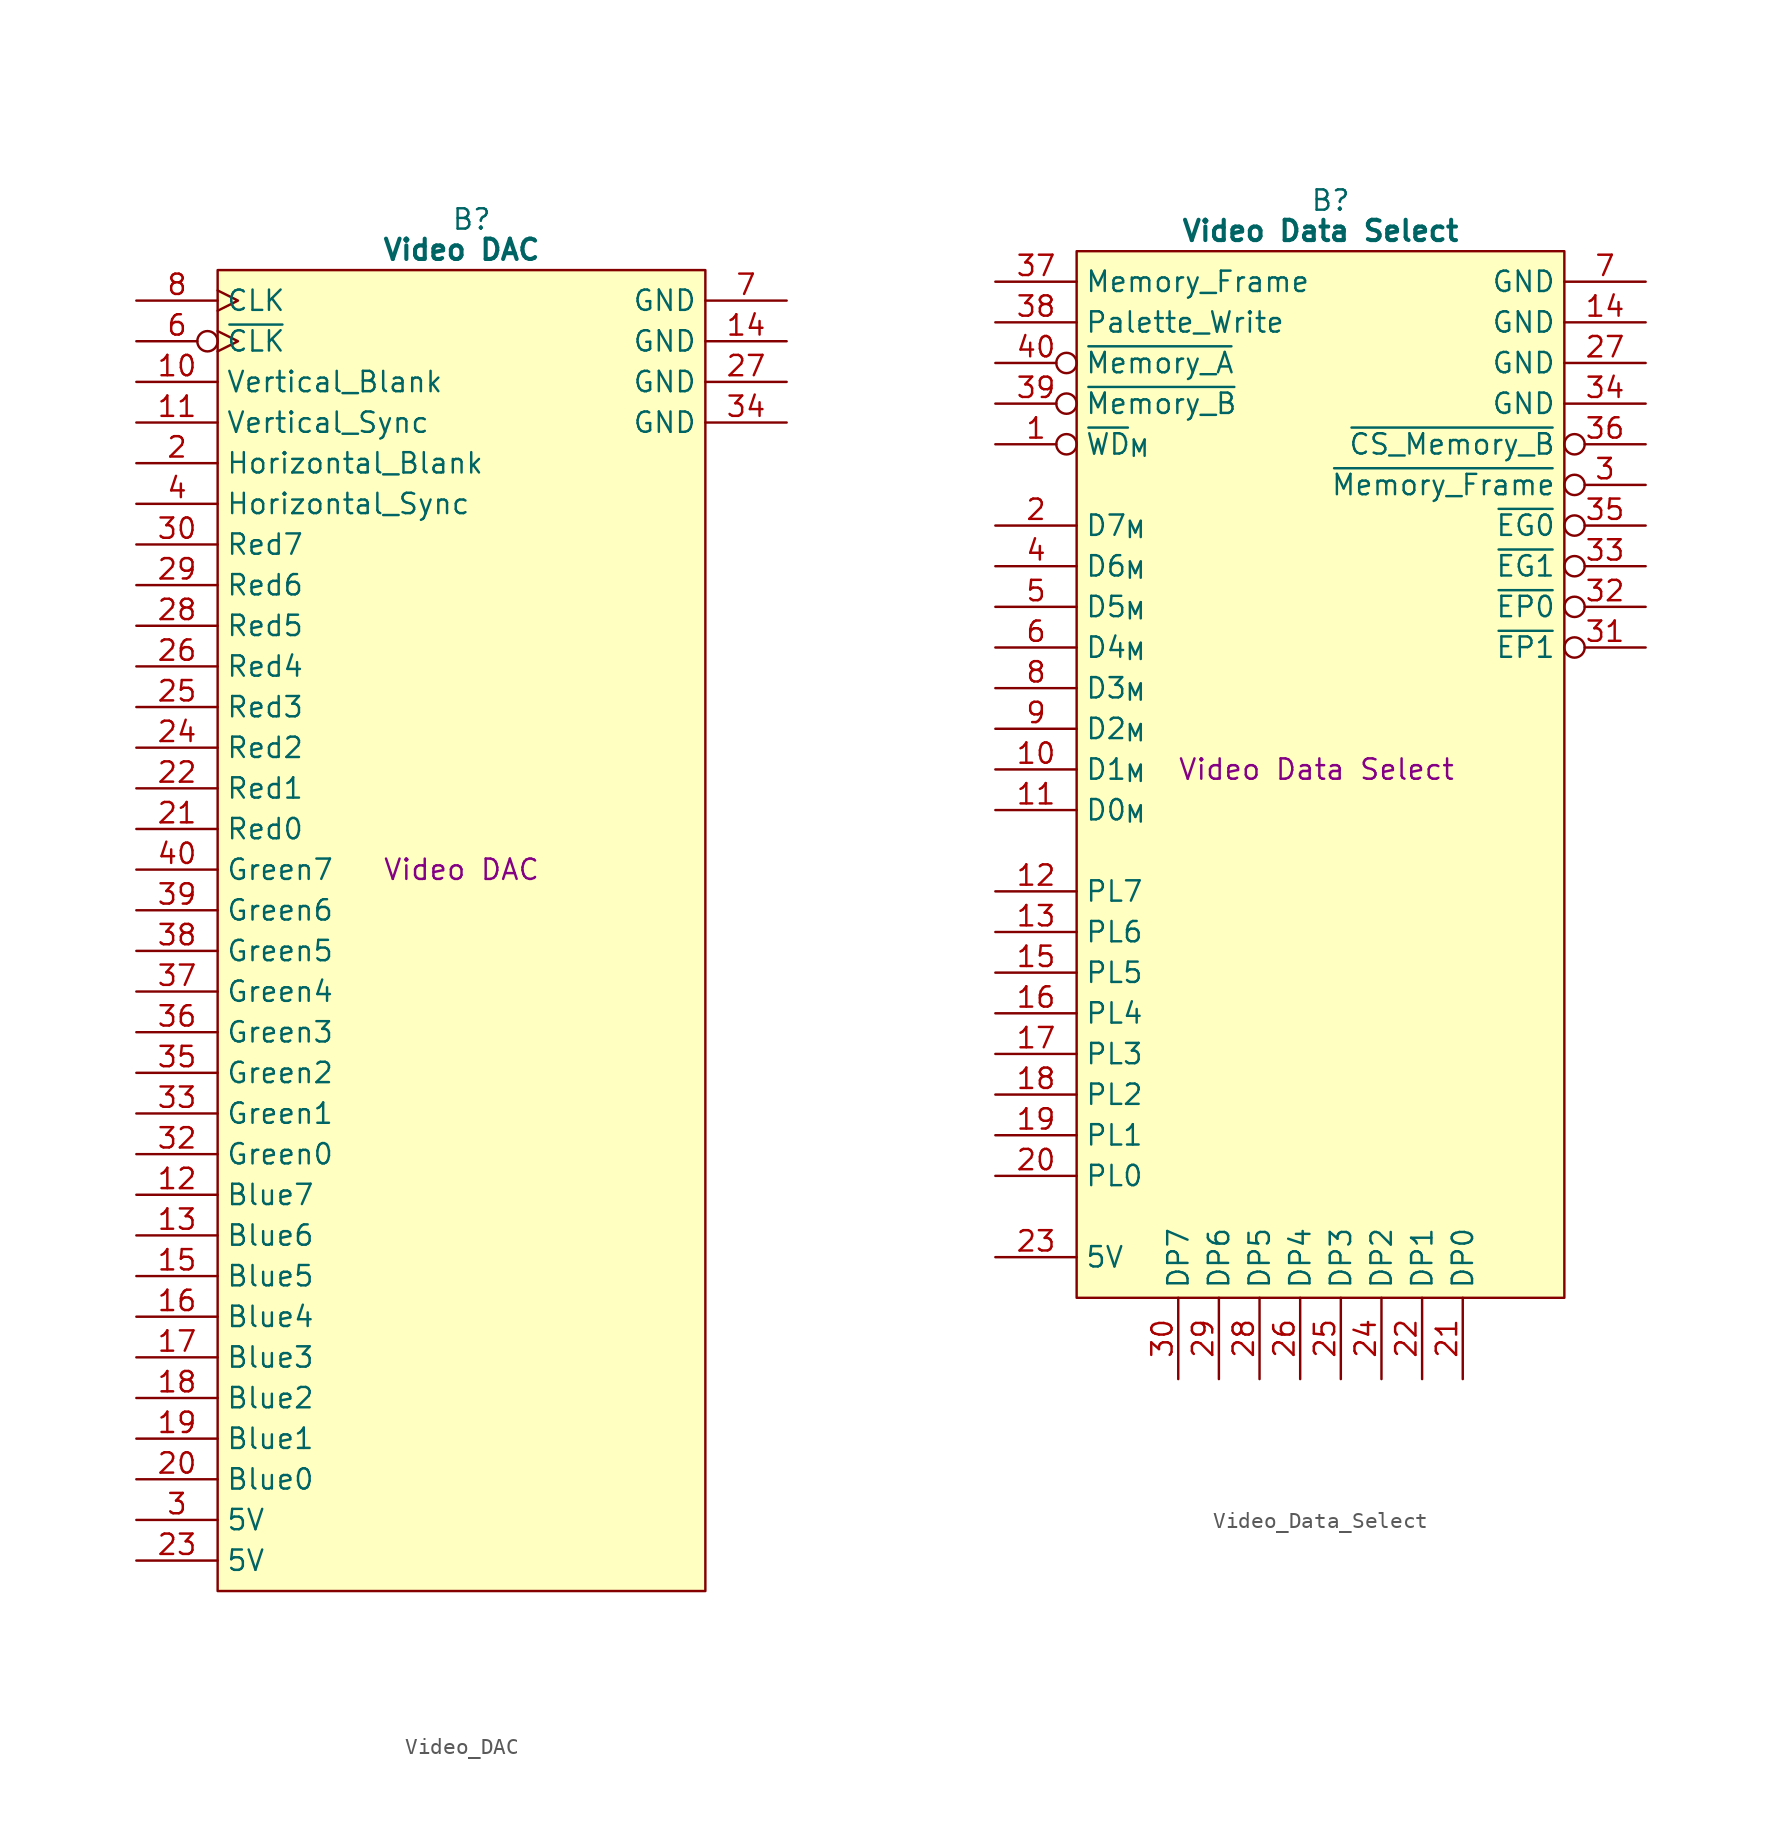
<source format=kicad_sym>
(kicad_symbol_lib
  (version 20241209)
  (generator "kicad_symbol_editor")
  (generator_version "9.0")
  (symbol "Video_DAC"
    (property "Reference" "B"
      (at 15.875 5.08 0)
      (effects (font (size 1.27 1.27))))
    (property "Value" "Video DAC"
      (at 15.24 3.175 0)
      (effects (font (size 1.27 1.27) (bold yes))))
    (property "Description" "Video DAC"
      (at 15.24 -35.56 0)
      (effects (font (size 1.27 1.27))))
    (symbol "Video_DAC_0_1"
      (polyline (pts (xy 0 1.905) (xy 30.48 1.905) (xy 30.48 -80.645) (xy 0 -80.645) (xy 0 1.905)) (stroke (width 0.152) (type default)) (fill (type background))))
    (symbol "Video_DAC_1_0"
      (pin input line (at -5.08 -38.1 0) (length 5.08) (name "Green6" (effects (font (size 1.27 1.27)))) (number "39" (effects (font (size 1.27 1.27)))))
      (pin input line (at -5.08 -40.64 0) (length 5.08) (name "Green5" (effects (font (size 1.27 1.27)))) (number "38" (effects (font (size 1.27 1.27)))))
      (pin input line (at -5.08 -43.18 0) (length 5.08) (name "Green4" (effects (font (size 1.27 1.27)))) (number "37" (effects (font (size 1.27 1.27)))))
      (pin input line (at -5.08 -45.72 0) (length 5.08) (name "Green3" (effects (font (size 1.27 1.27)))) (number "36" (effects (font (size 1.27 1.27)))))
      (pin input line (at -5.08 -48.26 0) (length 5.08) (name "Green2" (effects (font (size 1.27 1.27)))) (number "35" (effects (font (size 1.27 1.27)))))
      (pin input line (at -5.08 -50.8 0) (length 5.08) (name "Green1" (effects (font (size 1.27 1.27)))) (number "33" (effects (font (size 1.27 1.27)))))
      (pin input line (at -5.08 -53.34 0) (length 5.08) (name "Green0" (effects (font (size 1.27 1.27)))) (number "32" (effects (font (size 1.27 1.27)))))
      (pin passive line (at 35.56 -7.62 180) (length 5.08) (name "GND" (effects (font (size 1.27 1.27)))) (number "34" (effects (font (size 1.27 1.27))))))
    (symbol "Video_DAC_1_1"
      (pin input clock (at -5.08 0 0) (length 5.08) (name "CLK" (effects (font (size 1.27 1.27)))) (number "8" (effects (font (size 1.27 1.27)))))
      (pin input inverted_clock (at -5.08 -2.54 0) (length 5.08) (name "~{CLK}" (effects (font (size 1.27 1.27)))) (number "6" (effects (font (size 1.27 1.27)))))
      (pin input line (at -5.08 -5.08 0) (length 5.08) (name "Vertical_Blank" (effects (font (size 1.27 1.27)))) (number "10" (effects (font (size 1.27 1.27)))))
      (pin input line (at -5.08 -7.62 0) (length 5.08) (name "Vertical_Sync" (effects (font (size 1.27 1.27)))) (number "11" (effects (font (size 1.27 1.27)))))
      (pin input line (at -5.08 -10.16 0) (length 5.08) (name "Horizontal_Blank" (effects (font (size 1.27 1.27)))) (number "2" (effects (font (size 1.27 1.27)))))
      (pin input line (at -5.08 -12.7 0) (length 5.08) (name "Horizontal_Sync" (effects (font (size 1.27 1.27)))) (number "4" (effects (font (size 1.27 1.27)))))
      (pin input line (at -5.08 -15.24 0) (length 5.08) (name "Red7" (effects (font (size 1.27 1.27)))) (number "30" (effects (font (size 1.27 1.27)))))
      (pin input line (at -5.08 -17.78 0) (length 5.08) (name "Red6" (effects (font (size 1.27 1.27)))) (number "29" (effects (font (size 1.27 1.27)))))
      (pin input line (at -5.08 -20.32 0) (length 5.08) (name "Red5" (effects (font (size 1.27 1.27)))) (number "28" (effects (font (size 1.27 1.27)))))
      (pin input line (at -5.08 -22.86 0) (length 5.08) (name "Red4" (effects (font (size 1.27 1.27)))) (number "26" (effects (font (size 1.27 1.27)))))
      (pin input line (at -5.08 -25.4 0) (length 5.08) (name "Red3" (effects (font (size 1.27 1.27)))) (number "25" (effects (font (size 1.27 1.27)))))
      (pin input line (at -5.08 -27.94 0) (length 5.08) (name "Red2" (effects (font (size 1.27 1.27)))) (number "24" (effects (font (size 1.27 1.27)))))
      (pin input line (at -5.08 -30.48 0) (length 5.08) (name "Red1" (effects (font (size 1.27 1.27)))) (number "22" (effects (font (size 1.27 1.27)))))
      (pin input line (at -5.08 -33.02 0) (length 5.08) (name "Red0" (effects (font (size 1.27 1.27)))) (number "21" (effects (font (size 1.27 1.27)))))
      (pin input line (at -5.08 -35.56 0) (length 5.08) (name "Green7" (effects (font (size 1.27 1.27)))) (number "40" (effects (font (size 1.27 1.27)))))
      (pin input line (at -5.08 -55.88 0) (length 5.08) (name "Blue7" (effects (font (size 1.27 1.27)))) (number "12" (effects (font (size 1.27 1.27)))))
      (pin input line (at -5.08 -58.42 0) (length 5.08) (name "Blue6" (effects (font (size 1.27 1.27)))) (number "13" (effects (font (size 1.27 1.27)))))
      (pin input line (at -5.08 -60.96 0) (length 5.08) (name "Blue5" (effects (font (size 1.27 1.27)))) (number "15" (effects (font (size 1.27 1.27)))))
      (pin input line (at -5.08 -63.5 0) (length 5.08) (name "Blue4" (effects (font (size 1.27 1.27)))) (number "16" (effects (font (size 1.27 1.27)))))
      (pin input line (at -5.08 -66.04 0) (length 5.08) (name "Blue3" (effects (font (size 1.27 1.27)))) (number "17" (effects (font (size 1.27 1.27)))))
      (pin input line (at -5.08 -68.58 0) (length 5.08) (name "Blue2" (effects (font (size 1.27 1.27)))) (number "18" (effects (font (size 1.27 1.27)))))
      (pin input line (at -5.08 -71.12 0) (length 5.08) (name "Blue1" (effects (font (size 1.27 1.27)))) (number "19" (effects (font (size 1.27 1.27)))))
      (pin input line (at -5.08 -73.66 0) (length 5.08) (name "Blue0" (effects (font (size 1.27 1.27)))) (number "20" (effects (font (size 1.27 1.27)))))
      (pin passive line (at -5.08 -76.2 0) (length 5.08) (name "5V" (effects (font (size 1.27 1.27)))) (number "3" (effects (font (size 1.27 1.27)))))
      (pin passive line (at -5.08 -78.74 0) (length 5.08) (name "5V" (effects (font (size 1.27 1.27)))) (number "23" (effects (font (size 1.27 1.27)))))
      (pin passive line (at 35.56 0 180) (length 5.08) (name "GND" (effects (font (size 1.27 1.27)))) (number "7" (effects (font (size 1.27 1.27)))))
      (pin passive line (at 35.56 -2.54 180) (length 5.08) (name "GND" (effects (font (size 1.27 1.27)))) (number "14" (effects (font (size 1.27 1.27)))))
      (pin passive line (at 35.56 -5.08 180) (length 5.08) (name "GND" (effects (font (size 1.27 1.27)))) (number "27" (effects (font (size 1.27 1.27)))))
      (pin no_connect line (at 35.56 -10.16 180) (length 5.08) (hide yes) (name "N.C." (effects (font (size 1.27 1.27)))) (number "1" (effects (font (size 1.27 1.27)))))
      (pin no_connect line (at 35.56 -12.7 180) (length 5.08) (hide yes) (name "N.C." (effects (font (size 1.27 1.27)))) (number "5" (effects (font (size 1.27 1.27)))))
      (pin no_connect line (at 35.56 -15.24 180) (length 5.08) (hide yes) (name "N.C." (effects (font (size 1.27 1.27)))) (number "9" (effects (font (size 1.27 1.27)))))
      (pin no_connect line (at 35.56 -17.78 180) (length 5.08) (hide yes) (name "N.C." (effects (font (size 1.27 1.27)))) (number "31" (effects (font (size 1.27 1.27)))))))
  (symbol "Video_Data_Select"
    (property "Reference" "B"
      (at 15.875 5.08 0)
      (effects (font (size 1.27 1.27))))
    (property "Value" "Video Data Select"
      (at 15.24 3.175 0)
      (effects (font (size 1.27 1.27) (bold yes))))
    (property "Description" "Video Data Select"
      (at 14.986 -30.48 0)
      (effects (font (size 1.27 1.27))))
    (symbol "Video_Data_Select_0_1"
      (polyline (pts (xy 0 1.905) (xy 30.48 1.905) (xy 30.48 -63.5) (xy 0 -63.5) (xy 0 1.905)) (stroke (width 0.152) (type default)) (fill (type background))))
    (symbol "Video_Data_Select_1_0"
      (pin input inverted (at -5.08 -5.08 0) (length 5.08) (name "~{Memory_A}" (effects (font (size 1.27 1.27)))) (number "40" (effects (font (size 1.27 1.27)))))
      (pin input inverted (at -5.08 -7.62 0) (length 5.08) (name "~{Memory_B}" (effects (font (size 1.27 1.27)))) (number "39" (effects (font (size 1.27 1.27)))))
      (pin output inverted (at 35.56 -20.32 180) (length 5.08) (name "~{EP0}" (effects (font (size 1.27 1.27)))) (number "32" (effects (font (size 1.27 1.27))))))
    (symbol "Video_Data_Select_1_1"
      (pin input line (at -5.08 0 0) (length 5.08) (name "Memory_Frame" (effects (font (size 1.27 1.27)))) (number "37" (effects (font (size 1.27 1.27)))))
      (pin input line (at -5.08 -2.54 0) (length 5.08) (name "Palette_Write" (effects (font (size 1.27 1.27)))) (number "38" (effects (font (size 1.27 1.27)))))
      (pin input inverted (at -5.08 -10.16 0) (length 5.08) (name "~{WD}_{M}" (effects (font (size 1.27 1.27)))) (number "1" (effects (font (size 1.27 1.27)))))
      (pin input line (at -5.08 -15.24 0) (length 5.08) (name "D7_{M}" (effects (font (size 1.27 1.27)))) (number "2" (effects (font (size 1.27 1.27)))))
      (pin input line (at -5.08 -17.78 0) (length 5.08) (name "D6_{M}" (effects (font (size 1.27 1.27)))) (number "4" (effects (font (size 1.27 1.27)))))
      (pin input line (at -5.08 -20.32 0) (length 5.08) (name "D5_{M}" (effects (font (size 1.27 1.27)))) (number "5" (effects (font (size 1.27 1.27)))))
      (pin input line (at -5.08 -22.86 0) (length 5.08) (name "D4_{M}" (effects (font (size 1.27 1.27)))) (number "6" (effects (font (size 1.27 1.27)))))
      (pin input line (at -5.08 -25.4 0) (length 5.08) (name "D3_{M}" (effects (font (size 1.27 1.27)))) (number "8" (effects (font (size 1.27 1.27)))))
      (pin input line (at -5.08 -27.94 0) (length 5.08) (name "D2_{M}" (effects (font (size 1.27 1.27)))) (number "9" (effects (font (size 1.27 1.27)))))
      (pin input line (at -5.08 -30.48 0) (length 5.08) (name "D1_{M}" (effects (font (size 1.27 1.27)))) (number "10" (effects (font (size 1.27 1.27)))))
      (pin input line (at -5.08 -33.02 0) (length 5.08) (name "D0_{M}" (effects (font (size 1.27 1.27)))) (number "11" (effects (font (size 1.27 1.27)))))
      (pin input line (at -5.08 -38.1 0) (length 5.08) (name "PL7" (effects (font (size 1.27 1.27)))) (number "12" (effects (font (size 1.27 1.27)))))
      (pin input line (at -5.08 -40.64 0) (length 5.08) (name "PL6" (effects (font (size 1.27 1.27)))) (number "13" (effects (font (size 1.27 1.27)))))
      (pin input line (at -5.08 -43.18 0) (length 5.08) (name "PL5" (effects (font (size 1.27 1.27)))) (number "15" (effects (font (size 1.27 1.27)))))
      (pin input line (at -5.08 -45.72 0) (length 5.08) (name "PL4" (effects (font (size 1.27 1.27)))) (number "16" (effects (font (size 1.27 1.27)))))
      (pin input line (at -5.08 -48.26 0) (length 5.08) (name "PL3" (effects (font (size 1.27 1.27)))) (number "17" (effects (font (size 1.27 1.27)))))
      (pin input line (at -5.08 -50.8 0) (length 5.08) (name "PL2" (effects (font (size 1.27 1.27)))) (number "18" (effects (font (size 1.27 1.27)))))
      (pin input line (at -5.08 -53.34 0) (length 5.08) (name "PL1" (effects (font (size 1.27 1.27)))) (number "19" (effects (font (size 1.27 1.27)))))
      (pin input line (at -5.08 -55.88 0) (length 5.08) (name "PL0" (effects (font (size 1.27 1.27)))) (number "20" (effects (font (size 1.27 1.27)))))
      (pin passive line (at -5.08 -60.96 0) (length 5.08) (name "5V" (effects (font (size 1.27 1.27)))) (number "23" (effects (font (size 1.27 1.27)))))
      (pin tri_state line (at 6.35 -68.58 90) (length 5.08) (name "DP7" (effects (font (size 1.27 1.27)))) (number "30" (effects (font (size 1.27 1.27)))))
      (pin tri_state line (at 8.89 -68.58 90) (length 5.08) (name "DP6" (effects (font (size 1.27 1.27)))) (number "29" (effects (font (size 1.27 1.27)))))
      (pin tri_state line (at 11.43 -68.58 90) (length 5.08) (name "DP5" (effects (font (size 1.27 1.27)))) (number "28" (effects (font (size 1.27 1.27)))))
      (pin tri_state line (at 13.97 -68.58 90) (length 5.08) (name "DP4" (effects (font (size 1.27 1.27)))) (number "26" (effects (font (size 1.27 1.27)))))
      (pin tri_state line (at 16.51 -68.58 90) (length 5.08) (name "DP3" (effects (font (size 1.27 1.27)))) (number "25" (effects (font (size 1.27 1.27)))))
      (pin tri_state line (at 19.05 -68.58 90) (length 5.08) (name "DP2" (effects (font (size 1.27 1.27)))) (number "24" (effects (font (size 1.27 1.27)))))
      (pin tri_state line (at 21.59 -68.58 90) (length 5.08) (name "DP1" (effects (font (size 1.27 1.27)))) (number "22" (effects (font (size 1.27 1.27)))))
      (pin tri_state line (at 24.13 -68.58 90) (length 5.08) (name "DP0" (effects (font (size 1.27 1.27)))) (number "21" (effects (font (size 1.27 1.27)))))
      (pin passive line (at 35.56 0 180) (length 5.08) (name "GND" (effects (font (size 1.27 1.27)))) (number "7" (effects (font (size 1.27 1.27)))))
      (pin passive line (at 35.56 -2.54 180) (length 5.08) (name "GND" (effects (font (size 1.27 1.27)))) (number "14" (effects (font (size 1.27 1.27)))))
      (pin passive line (at 35.56 -5.08 180) (length 5.08) (name "GND" (effects (font (size 1.27 1.27)))) (number "27" (effects (font (size 1.27 1.27)))))
      (pin passive line (at 35.56 -7.62 180) (length 5.08) (name "GND" (effects (font (size 1.27 1.27)))) (number "34" (effects (font (size 1.27 1.27)))))
      (pin output inverted (at 35.56 -10.16 180) (length 5.08) (name "~{CS_Memory_B}" (effects (font (size 1.27 1.27)))) (number "36" (effects (font (size 1.27 1.27)))))
      (pin output inverted (at 35.56 -12.7 180) (length 5.08) (name "~{Memory_Frame}" (effects (font (size 1.27 1.27)))) (number "3" (effects (font (size 1.27 1.27)))))
      (pin output inverted (at 35.56 -15.24 180) (length 5.08) (name "~{EG0}" (effects (font (size 1.27 1.27)))) (number "35" (effects (font (size 1.27 1.27)))))
      (pin output inverted (at 35.56 -17.78 180) (length 5.08) (name "~{EG1}" (effects (font (size 1.27 1.27)))) (number "33" (effects (font (size 1.27 1.27)))))
      (pin output inverted (at 35.56 -22.86 180) (length 5.08) (name "~{EP1}" (effects (font (size 1.27 1.27)))) (number "31" (effects (font (size 1.27 1.27))))))))
</source>
